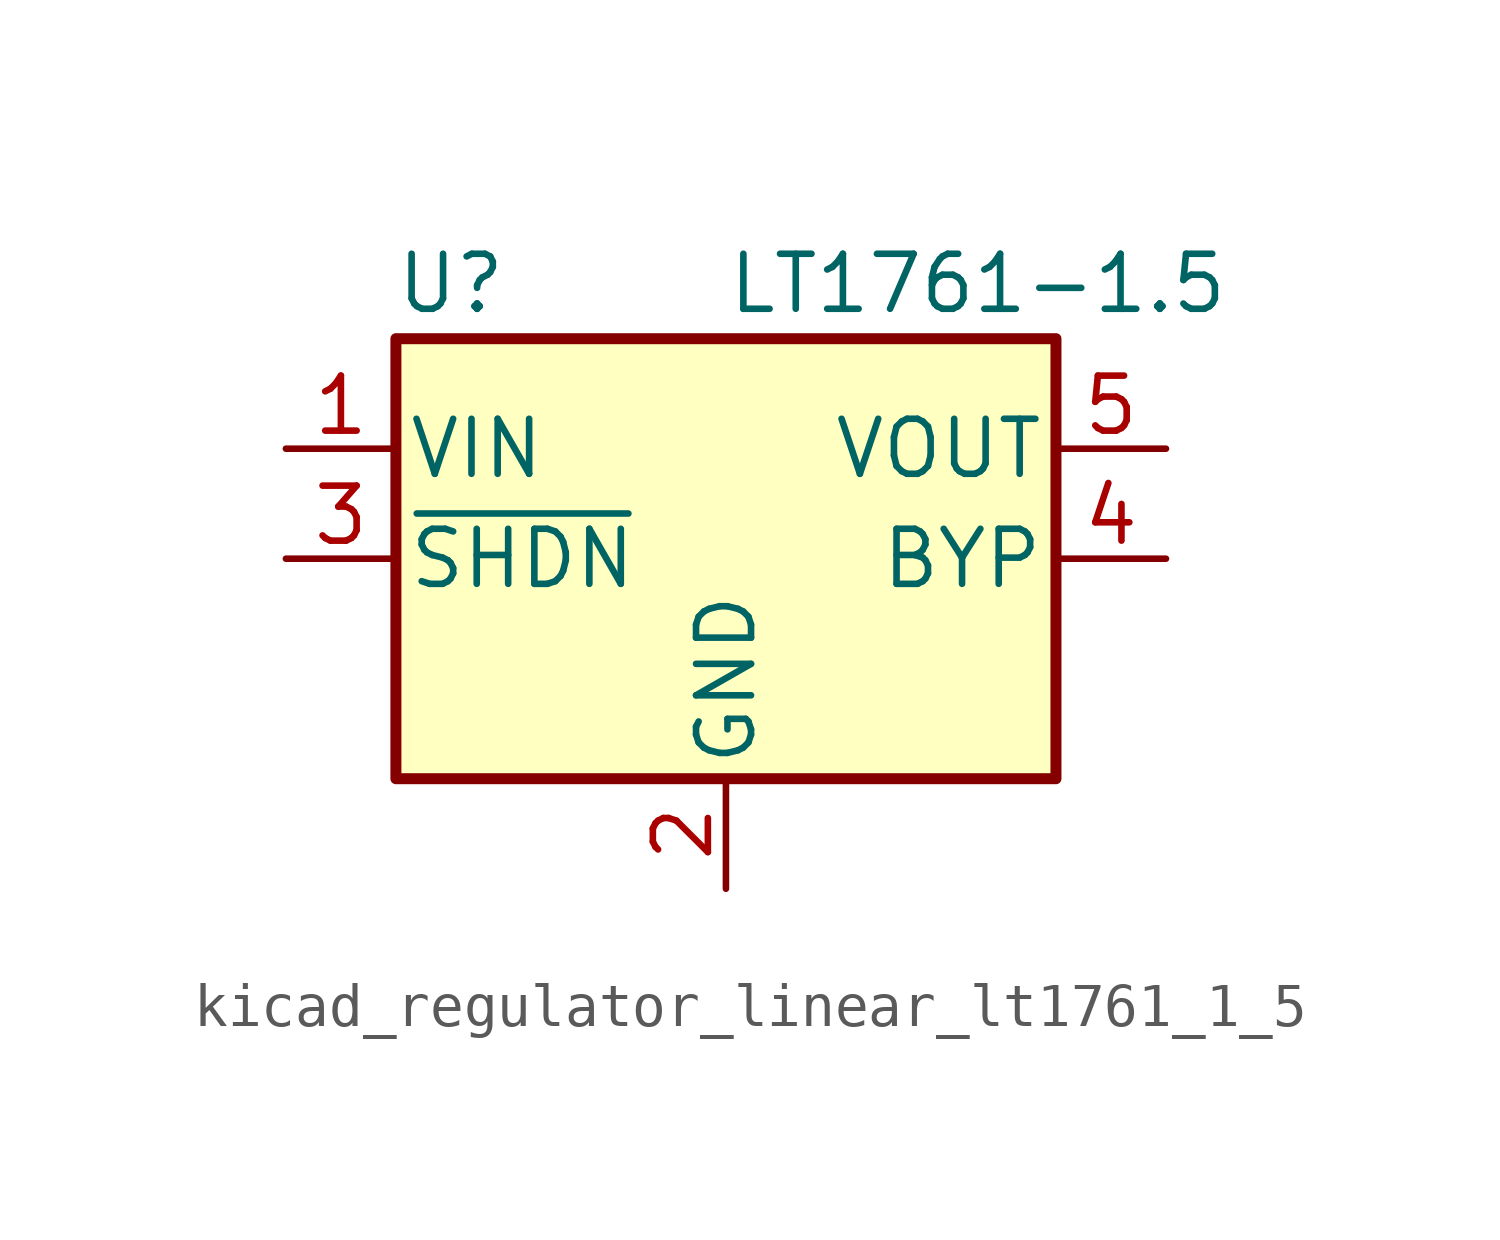
<source format=kicad_sym>
(kicad_symbol_lib
  (version 20220914)
  (generator kicad_symbol_editor)
  (symbol "kicad_regulator_linear_lt1761_1_5"
    (pin_names
      (offset 0.254))
    (property "Reference" "U"
      (at -6.35 6.35 0)
      (effects (font (size 1.27 1.27))))
    (property "Value" "LT1761-1.5"
      (at 0 6.35 0)
      (effects (font (size 1.27 1.27)) (justify left)))
    (symbol "kicad_regulator_linear_lt1761_1_5_0_1"
      (rectangle (start -7.62 5.08) (end 7.62 -5.08) (stroke (width 0.254) (type default)) (fill (type background))))
    (symbol "kicad_regulator_linear_lt1761_1_5_1_1"
      (pin power_in line (at -10.16 2.54 0) (length 2.54) (name "VIN" (effects (font (size 1.27 1.27)))) (number "1" (effects (font (size 1.27 1.27)))))
      (pin power_in line (at 0 -7.62 90) (length 2.54) (name "GND" (effects (font (size 1.27 1.27)))) (number "2" (effects (font (size 1.27 1.27)))))
      (pin input line (at -10.16 0 0) (length 2.54) (name "~{SHDN}" (effects (font (size 1.27 1.27)))) (number "3" (effects (font (size 1.27 1.27)))))
      (pin passive line (at 10.16 0 180) (length 2.54) (name "BYP" (effects (font (size 1.27 1.27)))) (number "4" (effects (font (size 1.27 1.27)))))
      (pin power_out line (at 10.16 2.54 180) (length 2.54) (name "VOUT" (effects (font (size 1.27 1.27)))) (number "5" (effects (font (size 1.27 1.27))))))))
</source>
